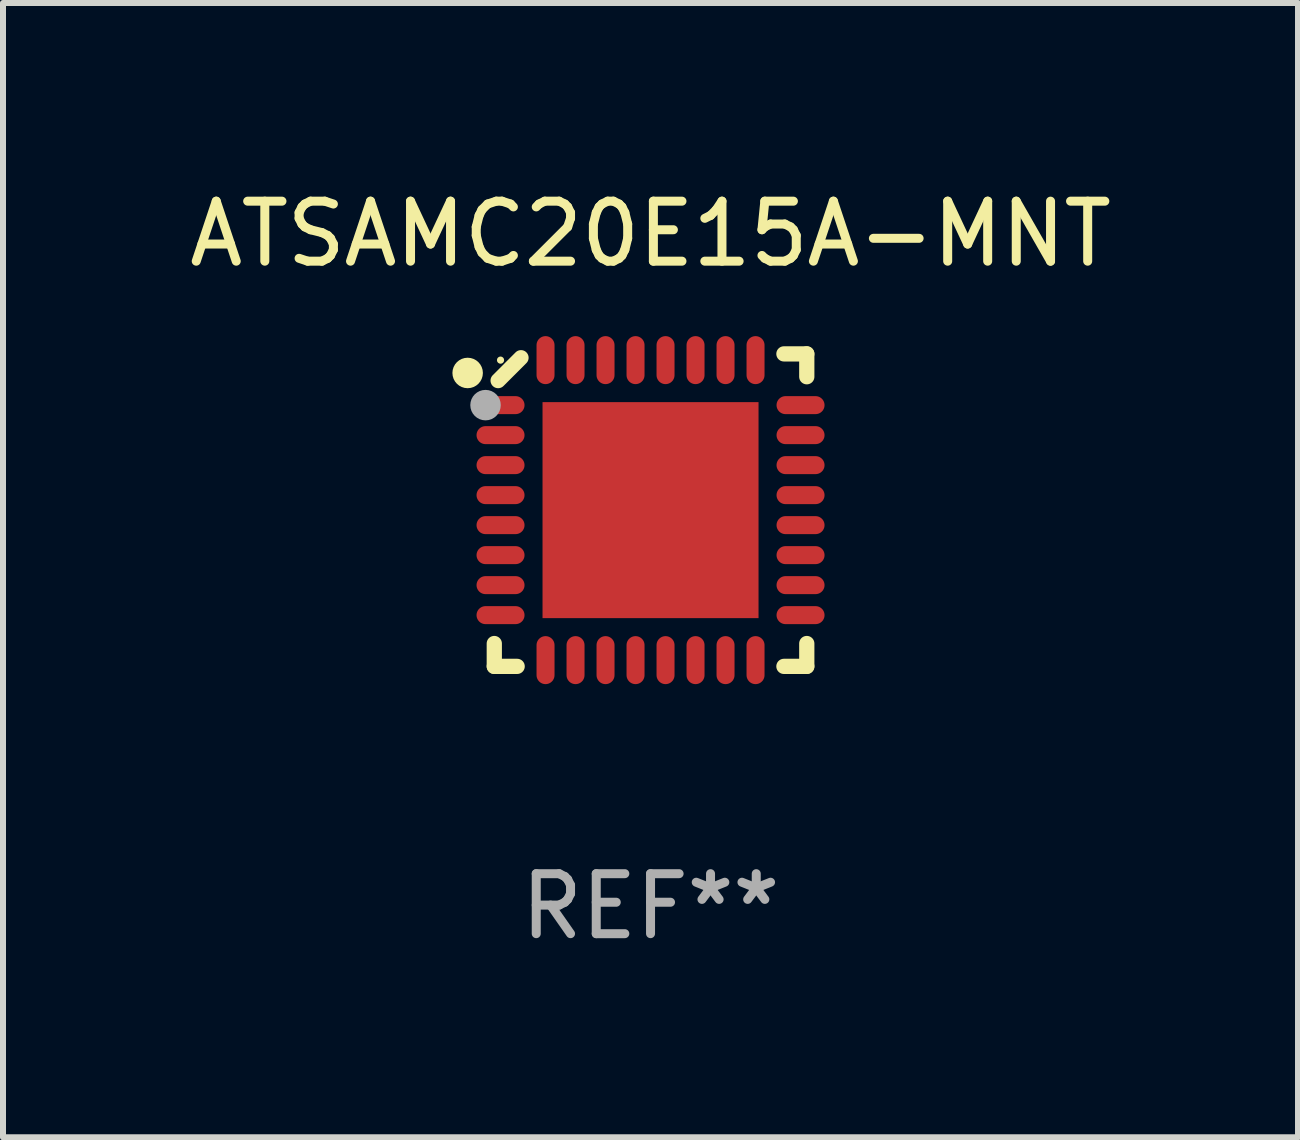
<source format=kicad_pcb>
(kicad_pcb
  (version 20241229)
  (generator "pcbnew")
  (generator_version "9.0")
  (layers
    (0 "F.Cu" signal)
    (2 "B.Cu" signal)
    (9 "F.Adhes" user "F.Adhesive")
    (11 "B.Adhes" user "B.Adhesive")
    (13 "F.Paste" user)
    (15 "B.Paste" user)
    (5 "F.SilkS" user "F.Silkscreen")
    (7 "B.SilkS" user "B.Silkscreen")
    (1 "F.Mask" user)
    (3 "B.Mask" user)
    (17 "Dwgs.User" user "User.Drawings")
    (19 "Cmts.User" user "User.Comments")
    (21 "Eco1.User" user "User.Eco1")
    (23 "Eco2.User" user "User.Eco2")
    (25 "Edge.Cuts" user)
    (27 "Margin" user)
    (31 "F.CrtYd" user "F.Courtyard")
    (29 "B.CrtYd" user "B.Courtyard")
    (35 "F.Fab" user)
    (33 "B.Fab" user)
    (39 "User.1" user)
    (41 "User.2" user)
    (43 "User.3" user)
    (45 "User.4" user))
  (footprint "ATSAMC20E15A-MNT"
    (layer "F.Cu")
    (at 7.792 5.452)
    (property "Reference" "ATSAMC20E15A-MNT" (at 0 -4.604 0) (layer "F.SilkS") (effects (font (size 1 1) (thickness 0.15))))
    (attr through_hole)
    (fp_line (start -2.604 2.223) (end -2.604 2.604) (stroke (width 0.254) (type solid)) (layer "F.SilkS"))
    (fp_line (start -2.604 2.604) (end -2.223 2.604) (stroke (width 0.254) (type solid)) (layer "F.SilkS"))
    (fp_line (start -2.159 -2.54) (end -2.54 -2.159) (stroke (width 0.254) (type solid)) (layer "F.SilkS"))
    (fp_line (start 2.223 2.604) (end 2.604 2.604) (stroke (width 0.254) (type solid)) (layer "F.SilkS"))
    (fp_line (start 2.604 -2.604) (end 2.223 -2.604) (stroke (width 0.254) (type solid)) (layer "F.SilkS"))
    (fp_line (start 2.604 -2.223) (end 2.604 -2.604) (stroke (width 0.254) (type solid)) (layer "F.SilkS"))
    (fp_line (start 2.604 2.604) (end 2.604 2.223) (stroke (width 0.254) (type solid)) (layer "F.SilkS"))
    (fp_circle (center -3.048 -2.286) (end -2.921 -2.286) (stroke (width 0.254) (type solid)) (fill no) (layer "F.SilkS"))
    (fp_circle (center -2.5 -2.5) (end -2.47 -2.5) (stroke (width 0.06) (type solid)) (fill no) (layer "F.SilkS"))
    (fp_circle (center -2.75 -1.75) (end -2.623 -1.75) (stroke (width 0.254) (type solid)) (fill no) (layer "F.Fab"))
    (fp_text user "REF**" (at 0 6.604 0) (layer "F.Fab") (effects (font (size 1 1) (thickness 0.15))))
    (pad "1" smd oval (at -2.5 -1.75) (size 0.8 0.3) (layers "F.Cu" "F.Mask" "F.Paste"))
    (pad "2" smd oval (at -2.5 -1.25) (size 0.8 0.3) (layers "F.Cu" "F.Mask" "F.Paste"))
    (pad "3" smd oval (at -2.5 -0.75) (size 0.8 0.3) (layers "F.Cu" "F.Mask" "F.Paste"))
    (pad "4" smd oval (at -2.5 -0.25) (size 0.8 0.3) (layers "F.Cu" "F.Mask" "F.Paste"))
    (pad "5" smd oval (at -2.5 0.25) (size 0.8 0.3) (layers "F.Cu" "F.Mask" "F.Paste"))
    (pad "6" smd oval (at -2.5 0.75) (size 0.8 0.3) (layers "F.Cu" "F.Mask" "F.Paste"))
    (pad "7" smd oval (at -2.5 1.25) (size 0.8 0.3) (layers "F.Cu" "F.Mask" "F.Paste"))
    (pad "8" smd oval (at -2.5 1.75) (size 0.8 0.3) (layers "F.Cu" "F.Mask" "F.Paste"))
    (pad "9" smd oval (at -1.75 2.5) (size 0.3 0.8) (layers "F.Cu" "F.Mask" "F.Paste"))
    (pad "10" smd oval (at -1.25 2.5) (size 0.3 0.8) (layers "F.Cu" "F.Mask" "F.Paste"))
    (pad "11" smd oval (at -0.75 2.5) (size 0.3 0.8) (layers "F.Cu" "F.Mask" "F.Paste"))
    (pad "12" smd oval (at -0.25 2.5) (size 0.3 0.8) (layers "F.Cu" "F.Mask" "F.Paste"))
    (pad "13" smd oval (at 0.25 2.5) (size 0.3 0.8) (layers "F.Cu" "F.Mask" "F.Paste"))
    (pad "14" smd oval (at 0.75 2.5) (size 0.3 0.8) (layers "F.Cu" "F.Mask" "F.Paste"))
    (pad "15" smd oval (at 1.25 2.5) (size 0.3 0.8) (layers "F.Cu" "F.Mask" "F.Paste"))
    (pad "16" smd oval (at 1.75 2.5) (size 0.3 0.8) (layers "F.Cu" "F.Mask" "F.Paste"))
    (pad "17" smd oval (at 2.5 1.75) (size 0.8 0.3) (layers "F.Cu" "F.Mask" "F.Paste"))
    (pad "18" smd oval (at 2.5 1.25) (size 0.8 0.3) (layers "F.Cu" "F.Mask" "F.Paste"))
    (pad "19" smd oval (at 2.5 0.75) (size 0.8 0.3) (layers "F.Cu" "F.Mask" "F.Paste"))
    (pad "20" smd oval (at 2.5 0.25) (size 0.8 0.3) (layers "F.Cu" "F.Mask" "F.Paste"))
    (pad "21" smd oval (at 2.5 -0.25) (size 0.8 0.3) (layers "F.Cu" "F.Mask" "F.Paste"))
    (pad "22" smd oval (at 2.5 -0.75) (size 0.8 0.3) (layers "F.Cu" "F.Mask" "F.Paste"))
    (pad "23" smd oval (at 2.5 -1.25) (size 0.8 0.3) (layers "F.Cu" "F.Mask" "F.Paste"))
    (pad "24" smd oval (at 2.5 -1.75) (size 0.8 0.3) (layers "F.Cu" "F.Mask" "F.Paste"))
    (pad "25" smd oval (at 1.75 -2.5) (size 0.3 0.8) (layers "F.Cu" "F.Mask" "F.Paste"))
    (pad "26" smd oval (at 1.25 -2.5) (size 0.3 0.8) (layers "F.Cu" "F.Mask" "F.Paste"))
    (pad "27" smd oval (at 0.75 -2.5) (size 0.3 0.8) (layers "F.Cu" "F.Mask" "F.Paste"))
    (pad "28" smd oval (at 0.25 -2.5) (size 0.3 0.8) (layers "F.Cu" "F.Mask" "F.Paste"))
    (pad "29" smd oval (at -0.25 -2.5) (size 0.3 0.8) (layers "F.Cu" "F.Mask" "F.Paste"))
    (pad "30" smd oval (at -0.75 -2.5) (size 0.3 0.8) (layers "F.Cu" "F.Mask" "F.Paste"))
    (pad "31" smd oval (at -1.25 -2.5) (size 0.3 0.8) (layers "F.Cu" "F.Mask" "F.Paste"))
    (pad "32" smd oval (at -1.75 -2.5) (size 0.3 0.8) (layers "F.Cu" "F.Mask" "F.Paste"))
    (pad "33" smd rect (at -0.000076 0) (size 3.6 3.6) (layers "F.Cu" "F.Mask" "F.Paste")))
  (gr_rect
    (start -3 -3)
    (end 18.583 15.904)
    (stroke (width 0.1) (type default))
    (fill no)
    (layer "Edge.Cuts")))
</source>
